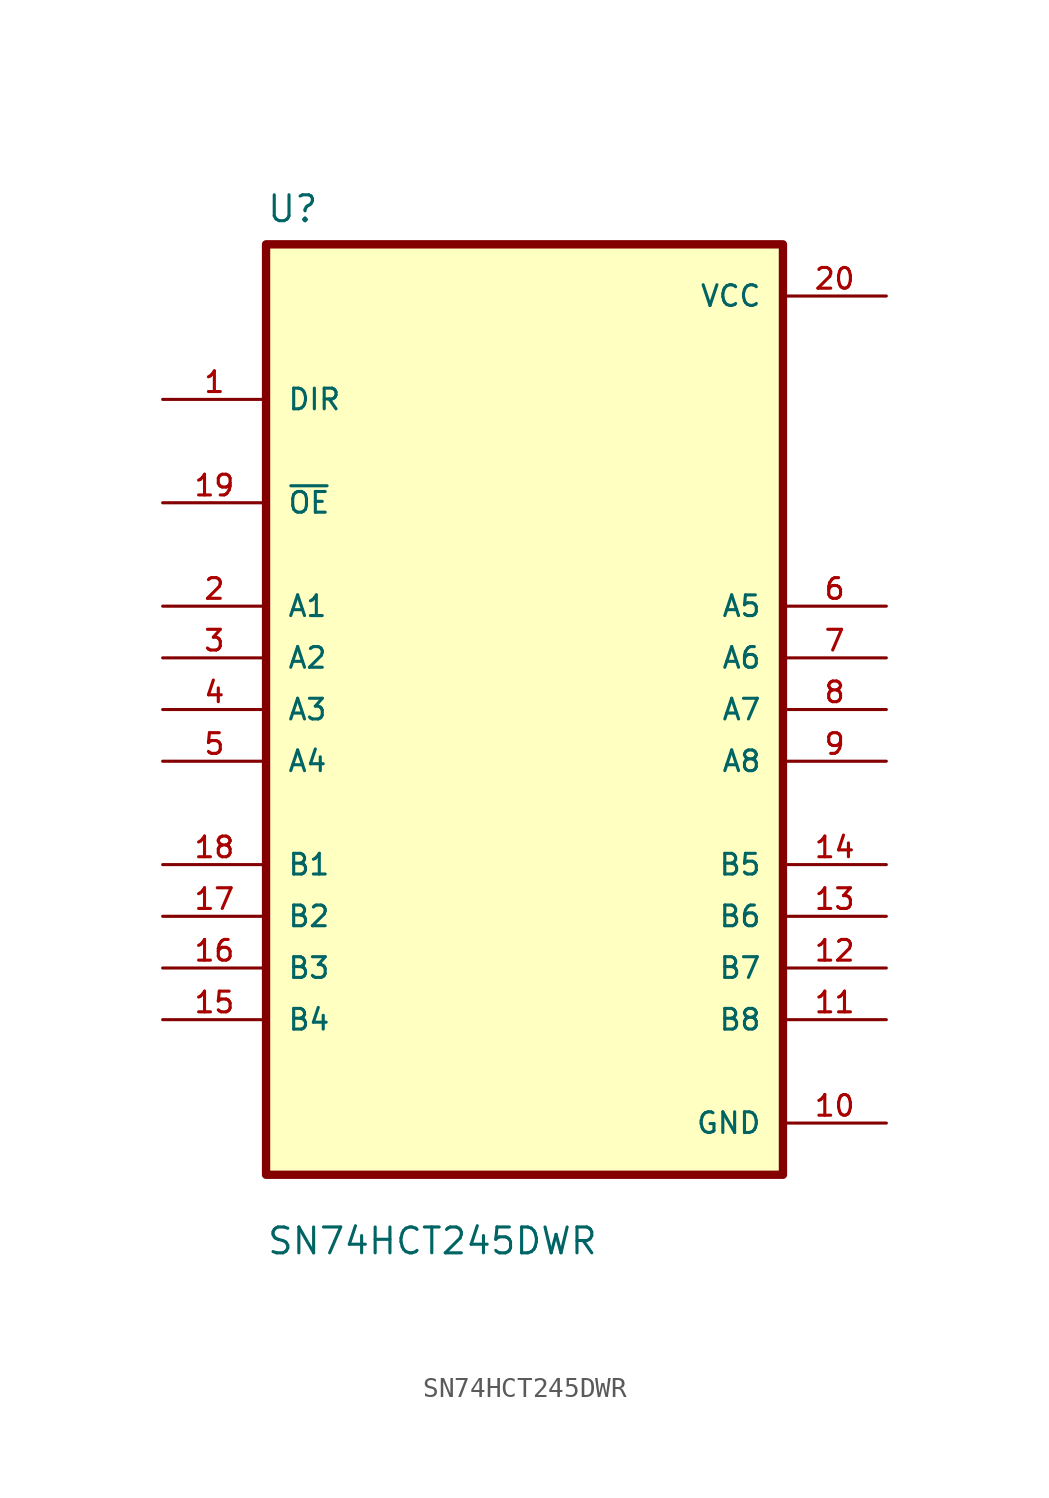
<source format=kicad_sym>
(kicad_symbol_lib
  (version 20211014)
  (generator kicad_symbol_editor)
  (symbol "SN74HCT245DWR"
    (pin_names
      (offset 1.016))
    (property "Reference" "U"
      (at -12.7 23.86 0.0)
      (effects (font (size 1.27 1.27)) (justify bottom left)))
    (property "Value" "SN74HCT245DWR"
      (at -12.7 -26.86 0.0)
      (effects (font (size 1.27 1.27)) (justify bottom left)))
    (symbol "SN74HCT245DWR_0_0"
      (rectangle (start -12.7 -22.86) (end 12.7 22.86) (stroke (width 0.41)) (fill (type background)))
      (pin input line (at -17.78 15.24 0) (length 5.08) (name "DIR" (effects (font (size 1.016 1.016)))) (number "1" (effects (font (size 1.016 1.016)))))
      (pin bidirectional line (at -17.78 10.16 0) (length 5.08) (name "~{OE}" (effects (font (size 1.016 1.016)))) (number "19" (effects (font (size 1.016 1.016)))))
      (pin bidirectional line (at -17.78 5.08 0) (length 5.08) (name "A1" (effects (font (size 1.016 1.016)))) (number "2" (effects (font (size 1.016 1.016)))))
      (pin bidirectional line (at -17.78 2.54 0) (length 5.08) (name "A2" (effects (font (size 1.016 1.016)))) (number "3" (effects (font (size 1.016 1.016)))))
      (pin bidirectional line (at -17.78 3.55271e-15 0) (length 5.08) (name "A3" (effects (font (size 1.016 1.016)))) (number "4" (effects (font (size 1.016 1.016)))))
      (pin bidirectional line (at -17.78 -2.54 0) (length 5.08) (name "A4" (effects (font (size 1.016 1.016)))) (number "5" (effects (font (size 1.016 1.016)))))
      (pin bidirectional line (at -17.78 -7.62 0) (length 5.08) (name "B1" (effects (font (size 1.016 1.016)))) (number "18" (effects (font (size 1.016 1.016)))))
      (pin bidirectional line (at -17.78 -10.16 0) (length 5.08) (name "B2" (effects (font (size 1.016 1.016)))) (number "17" (effects (font (size 1.016 1.016)))))
      (pin bidirectional line (at -17.78 -12.7 0) (length 5.08) (name "B3" (effects (font (size 1.016 1.016)))) (number "16" (effects (font (size 1.016 1.016)))))
      (pin bidirectional line (at -17.78 -15.24 0) (length 5.08) (name "B4" (effects (font (size 1.016 1.016)))) (number "15" (effects (font (size 1.016 1.016)))))
      (pin power_in line (at 17.78 20.32 180.0) (length 5.08) (name "VCC" (effects (font (size 1.016 1.016)))) (number "20" (effects (font (size 1.016 1.016)))))
      (pin bidirectional line (at 17.78 5.08 180.0) (length 5.08) (name "A5" (effects (font (size 1.016 1.016)))) (number "6" (effects (font (size 1.016 1.016)))))
      (pin bidirectional line (at 17.78 2.54 180.0) (length 5.08) (name "A6" (effects (font (size 1.016 1.016)))) (number "7" (effects (font (size 1.016 1.016)))))
      (pin bidirectional line (at 17.78 0.0 180.0) (length 5.08) (name "A7" (effects (font (size 1.016 1.016)))) (number "8" (effects (font (size 1.016 1.016)))))
      (pin bidirectional line (at 17.78 -2.54 180.0) (length 5.08) (name "A8" (effects (font (size 1.016 1.016)))) (number "9" (effects (font (size 1.016 1.016)))))
      (pin bidirectional line (at 17.78 -7.62 180.0) (length 5.08) (name "B5" (effects (font (size 1.016 1.016)))) (number "14" (effects (font (size 1.016 1.016)))))
      (pin bidirectional line (at 17.78 -10.16 180.0) (length 5.08) (name "B6" (effects (font (size 1.016 1.016)))) (number "13" (effects (font (size 1.016 1.016)))))
      (pin bidirectional line (at 17.78 -12.7 180.0) (length 5.08) (name "B7" (effects (font (size 1.016 1.016)))) (number "12" (effects (font (size 1.016 1.016)))))
      (pin bidirectional line (at 17.78 -15.24 180.0) (length 5.08) (name "B8" (effects (font (size 1.016 1.016)))) (number "11" (effects (font (size 1.016 1.016)))))
      (pin power_in line (at 17.78 -20.32 180.0) (length 5.08) (name "GND" (effects (font (size 1.016 1.016)))) (number "10" (effects (font (size 1.016 1.016))))))))
</source>
